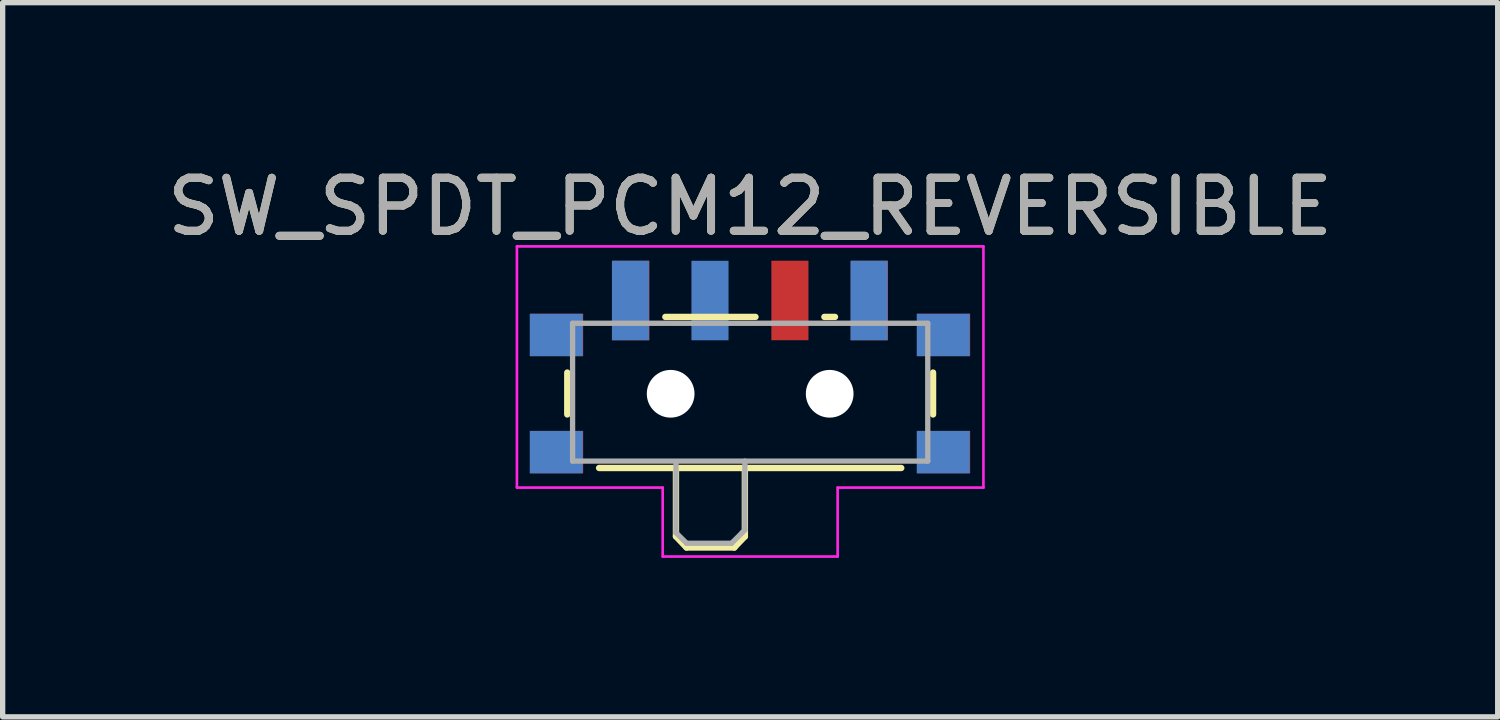
<source format=kicad_pcb>
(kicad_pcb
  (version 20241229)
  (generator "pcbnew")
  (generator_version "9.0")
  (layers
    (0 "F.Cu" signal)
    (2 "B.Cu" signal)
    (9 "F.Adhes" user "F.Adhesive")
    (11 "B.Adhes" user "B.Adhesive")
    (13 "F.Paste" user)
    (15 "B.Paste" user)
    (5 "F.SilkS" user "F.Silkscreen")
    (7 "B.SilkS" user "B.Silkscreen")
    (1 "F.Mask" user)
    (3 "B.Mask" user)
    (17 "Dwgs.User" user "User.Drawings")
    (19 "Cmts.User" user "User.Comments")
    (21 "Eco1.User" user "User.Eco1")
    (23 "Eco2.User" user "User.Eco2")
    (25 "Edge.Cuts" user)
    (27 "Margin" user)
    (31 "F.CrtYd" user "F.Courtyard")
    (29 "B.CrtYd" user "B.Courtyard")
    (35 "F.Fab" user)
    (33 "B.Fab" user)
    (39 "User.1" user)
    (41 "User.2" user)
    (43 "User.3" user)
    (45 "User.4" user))
  (footprint "SW_SPDT_PCM12_REVERSIBLE"
    (layer "F.Cu")
    (at 11.101 4.048)
    (property "Reference" "SW_SPDT_PCM12_REVERSIBLE" (at 0 -3.2 180) (layer "F.SilkS") (effects (font (size 1 1) (thickness 0.15))))
    (attr smd)
    (fp_line (start -3.45 -0.07) (end -3.45 0.72) (stroke (width 0.12) (type solid)) (layer "F.SilkS"))
    (fp_line (start -2.85 1.73) (end 2.85 1.73) (stroke (width 0.12) (type solid)) (layer "F.SilkS"))
    (fp_line (start -1.6 -1.12) (end 0.1 -1.12) (stroke (width 0.12) (type solid)) (layer "F.SilkS"))
    (fp_line (start -1.4 1.73) (end -1.4 3.02) (stroke (width 0.12) (type solid)) (layer "F.SilkS"))
    (fp_line (start -1.4 3.02) (end -1.2 3.23) (stroke (width 0.12) (type solid)) (layer "F.SilkS"))
    (fp_line (start -1.2 3.23) (end -0.3 3.23) (stroke (width 0.12) (type solid)) (layer "F.SilkS"))
    (fp_line (start -0.1 3.02) (end -0.3 3.23) (stroke (width 0.12) (type solid)) (layer "F.SilkS"))
    (fp_line (start -0.1 3.02) (end -0.1 1.73) (stroke (width 0.12) (type solid)) (layer "F.SilkS"))
    (fp_line (start 1.4 -1.12) (end 1.6 -1.12) (stroke (width 0.12) (type solid)) (layer "F.SilkS"))
    (fp_line (start 3.45 0.72) (end 3.45 -0.07) (stroke (width 0.12) (type solid)) (layer "F.SilkS"))
    (fp_line (start -4.4 -2.45) (end 4.4 -2.45) (stroke (width 0.05) (type solid)) (layer "F.CrtYd"))
    (fp_line (start -4.4 2.1) (end -4.4 -2.45) (stroke (width 0.05) (type solid)) (layer "F.CrtYd"))
    (fp_line (start -1.65 2.1) (end -4.4 2.1) (stroke (width 0.05) (type solid)) (layer "F.CrtYd"))
    (fp_line (start -1.65 3.4) (end -1.65 2.1) (stroke (width 0.05) (type solid)) (layer "F.CrtYd"))
    (fp_line (start 1.65 2.1) (end 1.65 3.4) (stroke (width 0.05) (type solid)) (layer "F.CrtYd"))
    (fp_line (start 1.65 3.4) (end -1.65 3.4) (stroke (width 0.05) (type solid)) (layer "F.CrtYd"))
    (fp_line (start 4.4 -2.45) (end 4.4 2.1) (stroke (width 0.05) (type solid)) (layer "F.CrtYd"))
    (fp_line (start 4.4 2.1) (end 1.65 2.1) (stroke (width 0.05) (type solid)) (layer "F.CrtYd"))
    (fp_line (start -3.35 -1) (end -3.35 1.6) (stroke (width 0.1) (type solid)) (layer "F.Fab"))
    (fp_line (start -3.35 1.6) (end 3.35 1.6) (stroke (width 0.1) (type solid)) (layer "F.Fab"))
    (fp_line (start -1.4 1.65) (end -1.4 2.95) (stroke (width 0.1) (type solid)) (layer "F.Fab"))
    (fp_line (start -1.4 2.95) (end -1.2 3.15) (stroke (width 0.1) (type solid)) (layer "F.Fab"))
    (fp_line (start -1.2 3.15) (end -0.35 3.15) (stroke (width 0.1) (type solid)) (layer "F.Fab"))
    (fp_line (start -0.35 3.15) (end -0.15 2.95) (stroke (width 0.1) (type solid)) (layer "F.Fab"))
    (fp_line (start -0.15 2.95) (end -0.1 2.9) (stroke (width 0.1) (type solid)) (layer "F.Fab"))
    (fp_line (start -0.1 2.9) (end -0.1 1.6) (stroke (width 0.1) (type solid)) (layer "F.Fab"))
    (fp_line (start 3.35 -1) (end -3.35 -1) (stroke (width 0.1) (type solid)) (layer "F.Fab"))
    (fp_line (start 3.35 1.6) (end 3.35 -1) (stroke (width 0.1) (type solid)) (layer "F.Fab"))
    (fp_text user "${REFERENCE}" (at 0 -3.2 180) (layer "F.Fab") (effects (font (size 1 1) (thickness 0.15))))
    (pad "" smd rect (at -3.658 -0.779) (size 1 0.8) (layers "B.Cu" "B.Mask" "B.Paste"))
    (pad "" smd rect (at -3.658 1.431) (size 1 0.8) (layers "B.Cu" "B.Mask" "B.Paste"))
    (pad "" smd rect (at -3.65 -0.78) (size 1 0.8) (layers "F.Cu" "F.Mask" "F.Paste"))
    (pad "" smd rect (at -3.65 1.43) (size 1 0.8) (layers "F.Cu" "F.Mask" "F.Paste"))
    (pad "" np_thru_hole circle (at -1.5 0.33) (size 0.9 0.9) (drill 0.9) (layers "*.Cu" "*.Mask"))
    (pad "" np_thru_hole circle (at 1.5 0.33) (size 0.9 0.9) (drill 0.9) (layers "*.Cu" "*.Mask"))
    (pad "" smd rect (at 3.642 -0.779) (size 1 0.8) (layers "B.Cu" "B.Mask" "B.Paste"))
    (pad "" smd rect (at 3.642 1.431) (size 1 0.8) (layers "B.Cu" "B.Mask" "B.Paste"))
    (pad "" smd rect (at 3.65 -0.78) (size 1 0.8) (layers "F.Cu" "F.Mask" "F.Paste"))
    (pad "" smd rect (at 3.65 1.43) (size 1 0.8) (layers "F.Cu" "F.Mask" "F.Paste"))
    (pad "1" smd rect (at -2.25 -1.43) (size 0.7 1.5) (layers "F.Cu" "F.Mask" "F.Paste"))
    (pad "1" smd rect (at 2.242 -1.429) (size 0.7 1.5) (layers "B.Cu" "B.Mask" "B.Paste"))
    (pad "2" smd rect (at -0.758 -1.429) (size 0.7 1.5) (layers "B.Cu" "B.Mask" "B.Paste"))
    (pad "2" smd rect (at 0.75 -1.43) (size 0.7 1.5) (layers "F.Cu" "F.Mask" "F.Paste"))
    (pad "3" smd rect (at -2.258 -1.429) (size 0.7 1.5) (layers "B.Cu" "B.Mask" "B.Paste"))
    (pad "3" smd rect (at 2.25 -1.43) (size 0.7 1.5) (layers "F.Cu" "F.Mask" "F.Paste")))
  (gr_rect
    (start -3 -3)
    (end 25.202 10.473)
    (stroke (width 0.1) (type default))
    (fill no)
    (layer "Edge.Cuts")))
</source>
